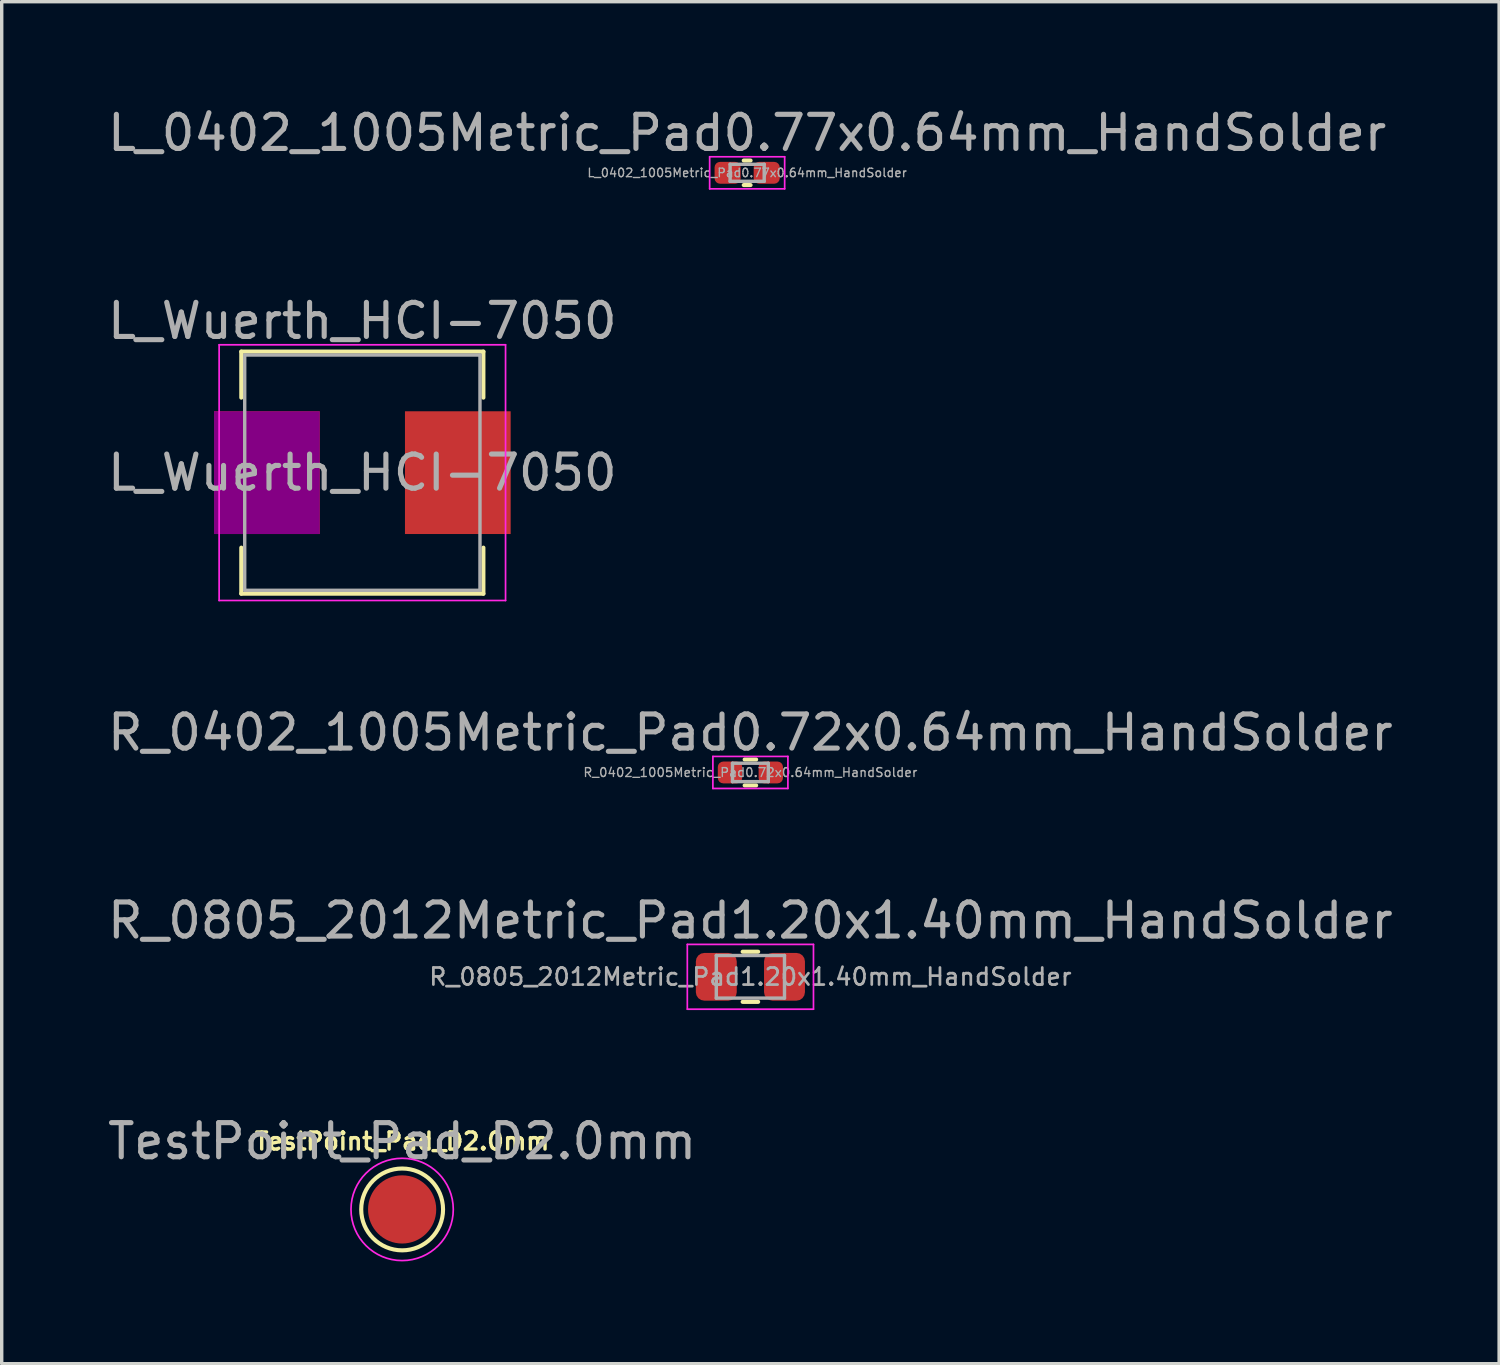
<source format=kicad_pcb>
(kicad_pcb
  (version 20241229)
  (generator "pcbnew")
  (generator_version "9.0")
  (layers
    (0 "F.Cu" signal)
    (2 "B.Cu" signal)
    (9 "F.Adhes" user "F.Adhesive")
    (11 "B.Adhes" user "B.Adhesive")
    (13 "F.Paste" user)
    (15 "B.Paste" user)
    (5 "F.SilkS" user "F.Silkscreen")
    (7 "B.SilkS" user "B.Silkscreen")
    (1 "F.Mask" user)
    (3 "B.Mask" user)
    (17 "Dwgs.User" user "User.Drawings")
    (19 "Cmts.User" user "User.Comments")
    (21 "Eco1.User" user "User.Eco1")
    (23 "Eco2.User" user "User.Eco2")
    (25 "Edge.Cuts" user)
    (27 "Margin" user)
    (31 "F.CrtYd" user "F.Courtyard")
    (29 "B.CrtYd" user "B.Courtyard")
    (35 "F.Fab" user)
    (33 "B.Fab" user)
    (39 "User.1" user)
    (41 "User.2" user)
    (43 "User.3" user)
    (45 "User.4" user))
  (footprint "TestPoint_Pad_D2.0mm"
    (layer "F.Cu")
    (at 8.744 32.421)
    (property "Reference" "TestPoint_Pad_D2.0mm" (at 0 -1.998 0) (layer "F.SilkS") (effects (font (size 0.5 0.5) (thickness 0.1))))
    (attr exclude_from_pos_files exclude_from_bom)
    (fp_circle (center 0 0) (end 0 1.2) (stroke (width 0.12) (type solid)) (fill no) (layer "F.SilkS"))
    (fp_circle (center 0 0) (end 1.5 0) (stroke (width 0.05) (type solid)) (fill no) (layer "F.CrtYd"))
    (fp_text user "${REFERENCE}" (at 0 -2 0) (layer "F.Fab") (effects (font (size 1 1) (thickness 0.15))))
    (pad "1" smd circle (at 0 0) (size 2 2) (layers "F.Cu" "F.Mask")))
  (footprint "R_0402_1005Metric_Pad0.72x0.64mm_HandSolder"
    (layer "F.Cu")
    (at 18.958 19.605)
    (property "Reference" "R_0402_1005Metric_Pad0.72x0.64mm_HandSolder" (at 0 -1.17 0) (layer "F.Fab") (effects (font (size 1 1) (thickness 0.15))))
    (attr smd)
    (fp_line (start -0.168 -0.38) (end 0.168 -0.38) (stroke (width 0.12) (type solid)) (layer "F.SilkS"))
    (fp_line (start -0.168 0.38) (end 0.168 0.38) (stroke (width 0.12) (type solid)) (layer "F.SilkS"))
    (fp_line (start -1.1 -0.47) (end 1.1 -0.47) (stroke (width 0.05) (type solid)) (layer "F.CrtYd"))
    (fp_line (start -1.1 0.47) (end -1.1 -0.47) (stroke (width 0.05) (type solid)) (layer "F.CrtYd"))
    (fp_line (start 1.1 -0.47) (end 1.1 0.47) (stroke (width 0.05) (type solid)) (layer "F.CrtYd"))
    (fp_line (start 1.1 0.47) (end -1.1 0.47) (stroke (width 0.05) (type solid)) (layer "F.CrtYd"))
    (fp_line (start -0.525 -0.27) (end 0.525 -0.27) (stroke (width 0.1) (type solid)) (layer "F.Fab"))
    (fp_line (start -0.525 0.27) (end -0.525 -0.27) (stroke (width 0.1) (type solid)) (layer "F.Fab"))
    (fp_line (start 0.525 -0.27) (end 0.525 0.27) (stroke (width 0.1) (type solid)) (layer "F.Fab"))
    (fp_line (start 0.525 0.27) (end -0.525 0.27) (stroke (width 0.1) (type solid)) (layer "F.Fab"))
    (fp_text user "${REFERENCE}" (at 0 0 0) (layer "F.Fab") (effects (font (size 0.26 0.26) (thickness 0.04))))
    (pad "1" smd roundrect (at -0.598 0) (size 0.715 0.64) (layers "F.Cu" "F.Mask" "F.Paste") (roundrect_rratio 0.25))
    (pad "2" smd roundrect (at 0.598 0) (size 0.715 0.64) (layers "F.Cu" "F.Mask" "F.Paste") (roundrect_rratio 0.25)))
  (footprint "L_Wuerth_HCI-7050"
    (layer "F.Cu")
    (at 7.577 10.812)
    (property "Reference" "L_Wuerth_HCI-7050" (at 0 -4.45 0) (layer "F.Fab") (effects (font (size 1 1) (thickness 0.15))))
    (attr smd)
    (fp_line (start -3.55 -3.55) (end 3.55 -3.55) (stroke (width 0.12) (type solid)) (layer "F.SilkS"))
    (fp_line (start -3.55 -2.2) (end -3.55 -3.55) (stroke (width 0.12) (type solid)) (layer "F.SilkS"))
    (fp_line (start -3.55 2.2) (end -3.55 3.55) (stroke (width 0.12) (type solid)) (layer "F.SilkS"))
    (fp_line (start -3.55 3.55) (end 3.55 3.55) (stroke (width 0.12) (type solid)) (layer "F.SilkS"))
    (fp_line (start 3.55 -3.55) (end 3.55 -2.2) (stroke (width 0.12) (type solid)) (layer "F.SilkS"))
    (fp_line (start 3.55 3.55) (end 3.55 2.2) (stroke (width 0.12) (type solid)) (layer "F.SilkS"))
    (fp_line (start -4.2 -3.75) (end -4.2 3.75) (stroke (width 0.05) (type solid)) (layer "F.CrtYd"))
    (fp_line (start -4.2 3.75) (end 4.2 3.75) (stroke (width 0.05) (type solid)) (layer "F.CrtYd"))
    (fp_line (start 4.2 -3.75) (end -4.2 -3.75) (stroke (width 0.05) (type solid)) (layer "F.CrtYd"))
    (fp_line (start 4.2 3.75) (end 4.2 -3.75) (stroke (width 0.05) (type solid)) (layer "F.CrtYd"))
    (fp_line (start -3.45 -3.45) (end -3.45 3.45) (stroke (width 0.1) (type solid)) (layer "F.Fab"))
    (fp_line (start -3.45 3.45) (end 3.45 3.45) (stroke (width 0.1) (type solid)) (layer "F.Fab"))
    (fp_line (start 3.45 -3.45) (end -3.45 -3.45) (stroke (width 0.1) (type solid)) (layer "F.Fab"))
    (fp_line (start 3.45 3.45) (end 3.45 -3.45) (stroke (width 0.1) (type solid)) (layer "F.Fab"))
    (fp_text user "${REFERENCE}" (at 0 0 0) (layer "F.Fab") (effects (font (size 1 1) (thickness 0.15))))
    (pad "1" smd rect (at -2.8 0) (size 3.1 3.6) (layers "F.Cu" "F.Mask" "F.Adhes" "F.Paste"))
    (pad "2" smd rect (at 2.8 0) (size 3.1 3.6) (layers "F.Cu" "F.Mask" "F.Paste")))
  (footprint "R_0805_2012Metric_Pad1.20x1.40mm_HandSolder"
    (layer "F.Cu")
    (at 18.958 25.598)
    (property "Reference" "R_0805_2012Metric_Pad1.20x1.40mm_HandSolder" (at 0 -1.65 0) (layer "F.Fab") (effects (font (size 1 1) (thickness 0.15))))
    (attr smd)
    (fp_line (start -0.227 -0.735) (end 0.227 -0.735) (stroke (width 0.12) (type solid)) (layer "F.SilkS"))
    (fp_line (start -0.227 0.735) (end 0.227 0.735) (stroke (width 0.12) (type solid)) (layer "F.SilkS"))
    (fp_line (start -1.85 -0.95) (end 1.85 -0.95) (stroke (width 0.05) (type solid)) (layer "F.CrtYd"))
    (fp_line (start -1.85 0.95) (end -1.85 -0.95) (stroke (width 0.05) (type solid)) (layer "F.CrtYd"))
    (fp_line (start 1.85 -0.95) (end 1.85 0.95) (stroke (width 0.05) (type solid)) (layer "F.CrtYd"))
    (fp_line (start 1.85 0.95) (end -1.85 0.95) (stroke (width 0.05) (type solid)) (layer "F.CrtYd"))
    (fp_line (start -1 -0.625) (end 1 -0.625) (stroke (width 0.1) (type solid)) (layer "F.Fab"))
    (fp_line (start -1 0.625) (end -1 -0.625) (stroke (width 0.1) (type solid)) (layer "F.Fab"))
    (fp_line (start 1 -0.625) (end 1 0.625) (stroke (width 0.1) (type solid)) (layer "F.Fab"))
    (fp_line (start 1 0.625) (end -1 0.625) (stroke (width 0.1) (type solid)) (layer "F.Fab"))
    (fp_text user "${REFERENCE}" (at 0 0 0) (layer "F.Fab") (effects (font (size 0.5 0.5) (thickness 0.08))))
    (pad "1" smd roundrect (at -1 0) (size 1.2 1.4) (layers "F.Cu" "F.Mask" "F.Paste") (roundrect_rratio 0.208))
    (pad "2" smd roundrect (at 1 0) (size 1.2 1.4) (layers "F.Cu" "F.Mask" "F.Paste") (roundrect_rratio 0.208)))
  (footprint "L_0402_1005Metric_Pad0.77x0.64mm_HandSolder"
    (layer "F.Cu")
    (at 18.863 2.018)
    (property "Reference" "L_0402_1005Metric_Pad0.77x0.64mm_HandSolder" (at 0 -1.17 0) (layer "F.Fab") (effects (font (size 1 1) (thickness 0.15))))
    (attr smd)
    (fp_line (start -0.1 -0.36) (end 0.1 -0.36) (stroke (width 0.12) (type solid)) (layer "F.SilkS"))
    (fp_line (start -0.1 0.36) (end 0.1 0.36) (stroke (width 0.12) (type solid)) (layer "F.SilkS"))
    (fp_line (start -1.1 -0.47) (end 1.1 -0.47) (stroke (width 0.05) (type solid)) (layer "F.CrtYd"))
    (fp_line (start -1.1 0.47) (end -1.1 -0.47) (stroke (width 0.05) (type solid)) (layer "F.CrtYd"))
    (fp_line (start 1.1 -0.47) (end 1.1 0.47) (stroke (width 0.05) (type solid)) (layer "F.CrtYd"))
    (fp_line (start 1.1 0.47) (end -1.1 0.47) (stroke (width 0.05) (type solid)) (layer "F.CrtYd"))
    (fp_line (start -0.5 -0.25) (end 0.5 -0.25) (stroke (width 0.1) (type solid)) (layer "F.Fab"))
    (fp_line (start -0.5 0.25) (end -0.5 -0.25) (stroke (width 0.1) (type solid)) (layer "F.Fab"))
    (fp_line (start 0.5 -0.25) (end 0.5 0.25) (stroke (width 0.1) (type solid)) (layer "F.Fab"))
    (fp_line (start 0.5 0.25) (end -0.5 0.25) (stroke (width 0.1) (type solid)) (layer "F.Fab"))
    (fp_text user "${REFERENCE}" (at 0 0 0) (layer "F.Fab") (effects (font (size 0.25 0.25) (thickness 0.04))))
    (pad "1" smd roundrect (at -0.573 0) (size 0.765 0.64) (layers "F.Cu" "F.Mask" "F.Paste") (roundrect_rratio 0.25))
    (pad "2" smd roundrect (at 0.573 0) (size 0.765 0.64) (layers "F.Cu" "F.Mask" "F.Paste") (roundrect_rratio 0.25)))
  (gr_rect
    (start -3 -3)
    (end 40.917 36.946)
    (stroke (width 0.1) (type default))
    (fill no)
    (layer "Edge.Cuts")))
</source>
